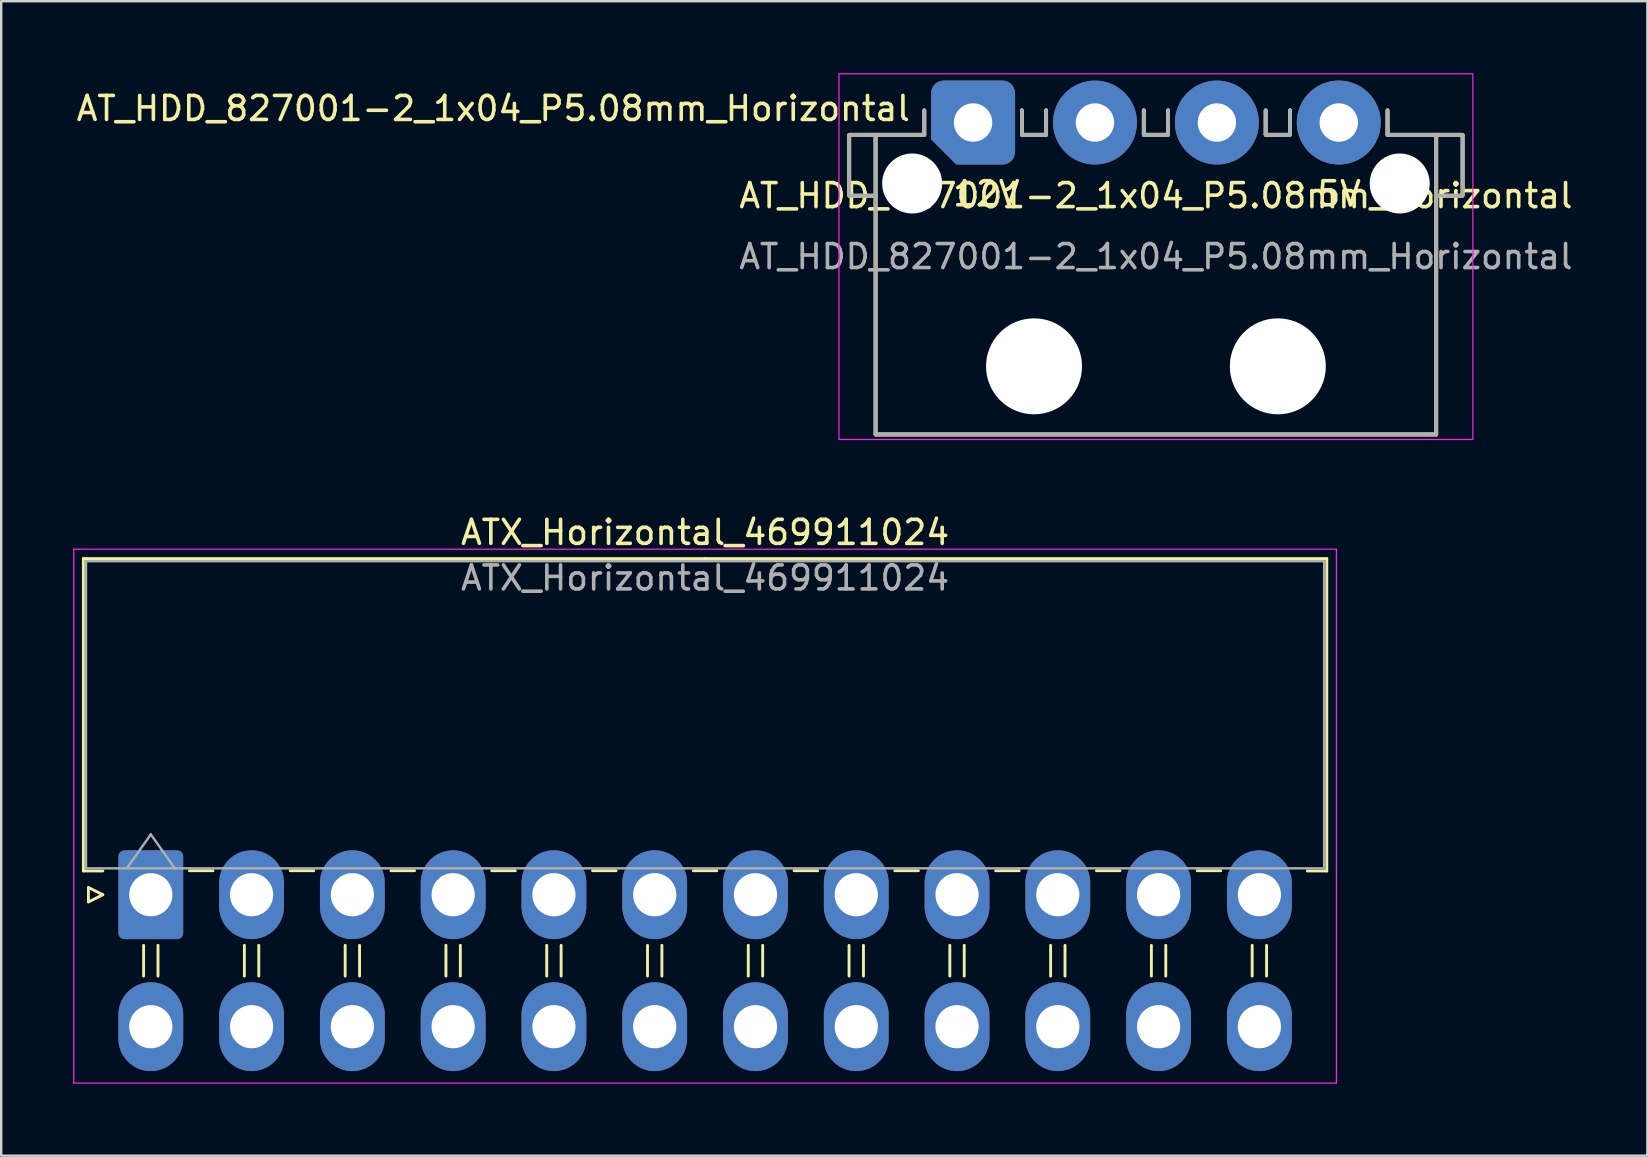
<source format=kicad_pcb>
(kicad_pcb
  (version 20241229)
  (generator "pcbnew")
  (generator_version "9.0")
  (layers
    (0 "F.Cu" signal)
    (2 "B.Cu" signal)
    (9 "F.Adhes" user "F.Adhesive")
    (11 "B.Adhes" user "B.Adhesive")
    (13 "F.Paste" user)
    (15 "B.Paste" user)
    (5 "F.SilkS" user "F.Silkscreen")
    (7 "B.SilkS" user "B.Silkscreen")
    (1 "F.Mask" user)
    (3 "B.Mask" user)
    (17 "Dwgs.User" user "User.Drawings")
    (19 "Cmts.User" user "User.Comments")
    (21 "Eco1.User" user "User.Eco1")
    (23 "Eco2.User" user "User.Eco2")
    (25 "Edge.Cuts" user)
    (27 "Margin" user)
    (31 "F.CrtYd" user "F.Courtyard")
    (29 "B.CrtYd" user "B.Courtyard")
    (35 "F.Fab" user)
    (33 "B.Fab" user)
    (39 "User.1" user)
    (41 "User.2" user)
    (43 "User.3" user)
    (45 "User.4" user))
  (footprint "ATX_Horizontal_469911024"
    (layer "F.Cu")
    (at 3.235 34.238)
    (property "Reference" "ATX_Horizontal_469911024" (at 23.1 -15.1 0) (layer "F.SilkS") (effects (font (size 1 1) (thickness 0.15))))
    (attr through_hole)
    (fp_line (start -2.81 -14.01) (end 23.1 -14.01) (stroke (width 0.12) (type solid)) (layer "F.SilkS"))
    (fp_line (start -2.81 -0.99) (end -2.81 -14.01) (stroke (width 0.12) (type solid)) (layer "F.SilkS"))
    (fp_line (start -2.6 -0.3) (end -2 0) (stroke (width 0.12) (type solid)) (layer "F.SilkS"))
    (fp_line (start -2.6 0.3) (end -2.6 -0.3) (stroke (width 0.12) (type solid)) (layer "F.SilkS"))
    (fp_line (start -2 -0.99) (end -2.81 -0.99) (stroke (width 0.12) (type solid)) (layer "F.SilkS"))
    (fp_line (start -2 0) (end -2.6 0.3) (stroke (width 0.12) (type solid)) (layer "F.SilkS"))
    (fp_line (start -0.3 2.11) (end -0.3 3.39) (stroke (width 0.12) (type solid)) (layer "F.SilkS"))
    (fp_line (start 0.3 2.11) (end 0.3 3.39) (stroke (width 0.12) (type solid)) (layer "F.SilkS"))
    (fp_line (start 1.61 -1) (end 2.59 -1) (stroke (width 0.12) (type solid)) (layer "F.SilkS"))
    (fp_line (start 3.9 2.11) (end 3.9 3.39) (stroke (width 0.12) (type solid)) (layer "F.SilkS"))
    (fp_line (start 4.5 2.11) (end 4.5 3.39) (stroke (width 0.12) (type solid)) (layer "F.SilkS"))
    (fp_line (start 5.81 -1) (end 6.79 -1) (stroke (width 0.12) (type solid)) (layer "F.SilkS"))
    (fp_line (start 8.1 2.11) (end 8.1 3.39) (stroke (width 0.12) (type solid)) (layer "F.SilkS"))
    (fp_line (start 8.7 2.11) (end 8.7 3.39) (stroke (width 0.12) (type solid)) (layer "F.SilkS"))
    (fp_line (start 10.01 -1) (end 10.99 -1) (stroke (width 0.12) (type solid)) (layer "F.SilkS"))
    (fp_line (start 12.3 2.11) (end 12.3 3.39) (stroke (width 0.12) (type solid)) (layer "F.SilkS"))
    (fp_line (start 12.9 2.11) (end 12.9 3.39) (stroke (width 0.12) (type solid)) (layer "F.SilkS"))
    (fp_line (start 14.21 -1) (end 15.19 -1) (stroke (width 0.12) (type solid)) (layer "F.SilkS"))
    (fp_line (start 16.5 2.11) (end 16.5 3.39) (stroke (width 0.12) (type solid)) (layer "F.SilkS"))
    (fp_line (start 17.1 2.11) (end 17.1 3.39) (stroke (width 0.12) (type solid)) (layer "F.SilkS"))
    (fp_line (start 18.41 -1) (end 19.39 -1) (stroke (width 0.12) (type solid)) (layer "F.SilkS"))
    (fp_line (start 20.7 2.11) (end 20.7 3.39) (stroke (width 0.12) (type solid)) (layer "F.SilkS"))
    (fp_line (start 21.3 2.11) (end 21.3 3.39) (stroke (width 0.12) (type solid)) (layer "F.SilkS"))
    (fp_line (start 22.61 -1) (end 23.59 -1) (stroke (width 0.12) (type solid)) (layer "F.SilkS"))
    (fp_line (start 24.9 2.11) (end 24.9 3.39) (stroke (width 0.12) (type solid)) (layer "F.SilkS"))
    (fp_line (start 25.5 2.11) (end 25.5 3.39) (stroke (width 0.12) (type solid)) (layer "F.SilkS"))
    (fp_line (start 26.81 -1) (end 27.79 -1) (stroke (width 0.12) (type solid)) (layer "F.SilkS"))
    (fp_line (start 29.1 2.11) (end 29.1 3.39) (stroke (width 0.12) (type solid)) (layer "F.SilkS"))
    (fp_line (start 29.7 2.11) (end 29.7 3.39) (stroke (width 0.12) (type solid)) (layer "F.SilkS"))
    (fp_line (start 31.01 -1) (end 31.99 -1) (stroke (width 0.12) (type solid)) (layer "F.SilkS"))
    (fp_line (start 33.3 2.11) (end 33.3 3.39) (stroke (width 0.12) (type solid)) (layer "F.SilkS"))
    (fp_line (start 33.9 2.11) (end 33.9 3.39) (stroke (width 0.12) (type solid)) (layer "F.SilkS"))
    (fp_line (start 35.21 -1) (end 36.19 -1) (stroke (width 0.12) (type solid)) (layer "F.SilkS"))
    (fp_line (start 37.5 2.11) (end 37.5 3.39) (stroke (width 0.12) (type solid)) (layer "F.SilkS"))
    (fp_line (start 38.1 2.11) (end 38.1 3.39) (stroke (width 0.12) (type solid)) (layer "F.SilkS"))
    (fp_line (start 39.41 -1) (end 40.39 -1) (stroke (width 0.12) (type solid)) (layer "F.SilkS"))
    (fp_line (start 41.7 2.11) (end 41.7 3.39) (stroke (width 0.12) (type solid)) (layer "F.SilkS"))
    (fp_line (start 42.3 2.11) (end 42.3 3.39) (stroke (width 0.12) (type solid)) (layer "F.SilkS"))
    (fp_line (start 43.61 -1) (end 44.59 -1) (stroke (width 0.12) (type solid)) (layer "F.SilkS"))
    (fp_line (start 45.9 2.11) (end 45.9 3.39) (stroke (width 0.12) (type solid)) (layer "F.SilkS"))
    (fp_line (start 46.5 2.11) (end 46.5 3.39) (stroke (width 0.12) (type solid)) (layer "F.SilkS"))
    (fp_line (start 48.2 -0.99) (end 49.01 -0.99) (stroke (width 0.12) (type solid)) (layer "F.SilkS"))
    (fp_line (start 49.01 -14.01) (end 23.1 -14.01) (stroke (width 0.12) (type solid)) (layer "F.SilkS"))
    (fp_line (start 49.01 -0.99) (end 49.01 -14.01) (stroke (width 0.12) (type solid)) (layer "F.SilkS"))
    (fp_line (start -3.21 -14.4) (end -3.21 7.85) (stroke (width 0.05) (type solid)) (layer "F.CrtYd"))
    (fp_line (start -3.21 7.85) (end 49.41 7.85) (stroke (width 0.05) (type solid)) (layer "F.CrtYd"))
    (fp_line (start 49.41 -14.4) (end -3.21 -14.4) (stroke (width 0.05) (type solid)) (layer "F.CrtYd"))
    (fp_line (start 49.41 7.85) (end 49.41 -14.4) (stroke (width 0.05) (type solid)) (layer "F.CrtYd"))
    (fp_line (start -2.7 -13.9) (end -2.7 -1.1) (stroke (width 0.1) (type solid)) (layer "F.Fab"))
    (fp_line (start -2.7 -1.1) (end 48.9 -1.1) (stroke (width 0.1) (type solid)) (layer "F.Fab"))
    (fp_line (start -1 -1.1) (end 0 -2.514) (stroke (width 0.1) (type solid)) (layer "F.Fab"))
    (fp_line (start 0 -2.514) (end 1 -1.1) (stroke (width 0.1) (type solid)) (layer "F.Fab"))
    (fp_line (start 48.9 -13.9) (end -2.7 -13.9) (stroke (width 0.1) (type solid)) (layer "F.Fab"))
    (fp_line (start 48.9 -1.1) (end 48.9 -13.9) (stroke (width 0.1) (type solid)) (layer "F.Fab"))
    (fp_text user "${REFERENCE}" (at 23.1 -13.2 0) (layer "F.Fab") (effects (font (size 1 1) (thickness 0.15))))
    (pad "1" thru_hole roundrect (at 0 0) (size 2.7 3.7) (drill 1.8) (layers "*.Cu" "*.Mask") (roundrect_rratio 0.093))
    (pad "2" thru_hole oval (at 4.2 0) (size 2.7 3.7) (drill 1.8) (layers "*.Cu" "*.Mask"))
    (pad "3" thru_hole oval (at 8.4 0) (size 2.7 3.7) (drill 1.8) (layers "*.Cu" "*.Mask"))
    (pad "4" thru_hole oval (at 12.6 0) (size 2.7 3.7) (drill 1.8) (layers "*.Cu" "*.Mask"))
    (pad "5" thru_hole oval (at 16.8 0) (size 2.7 3.7) (drill 1.8) (layers "*.Cu" "*.Mask"))
    (pad "6" thru_hole oval (at 21 0) (size 2.7 3.7) (drill 1.8) (layers "*.Cu" "*.Mask"))
    (pad "7" thru_hole oval (at 25.2 0) (size 2.7 3.7) (drill 1.8) (layers "*.Cu" "*.Mask"))
    (pad "8" thru_hole oval (at 29.4 0) (size 2.7 3.7) (drill 1.8) (layers "*.Cu" "*.Mask"))
    (pad "9" thru_hole oval (at 33.6 0) (size 2.7 3.7) (drill 1.8) (layers "*.Cu" "*.Mask"))
    (pad "10" thru_hole oval (at 37.8 0) (size 2.7 3.7) (drill 1.8) (layers "*.Cu" "*.Mask"))
    (pad "11" thru_hole oval (at 42 0) (size 2.7 3.7) (drill 1.8) (layers "*.Cu" "*.Mask"))
    (pad "12" thru_hole oval (at 46.2 0) (size 2.7 3.7) (drill 1.8) (layers "*.Cu" "*.Mask"))
    (pad "13" thru_hole oval (at 0 5.5) (size 2.7 3.7) (drill 1.8) (layers "*.Cu" "*.Mask"))
    (pad "14" thru_hole oval (at 4.2 5.5) (size 2.7 3.7) (drill 1.8) (layers "*.Cu" "*.Mask"))
    (pad "15" thru_hole oval (at 8.4 5.5) (size 2.7 3.7) (drill 1.8) (layers "*.Cu" "*.Mask"))
    (pad "16" thru_hole oval (at 12.6 5.5) (size 2.7 3.7) (drill 1.8) (layers "*.Cu" "*.Mask"))
    (pad "17" thru_hole oval (at 16.8 5.5) (size 2.7 3.7) (drill 1.8) (layers "*.Cu" "*.Mask"))
    (pad "18" thru_hole oval (at 21 5.5) (size 2.7 3.7) (drill 1.8) (layers "*.Cu" "*.Mask"))
    (pad "19" thru_hole oval (at 25.2 5.5) (size 2.7 3.7) (drill 1.8) (layers "*.Cu" "*.Mask"))
    (pad "20" thru_hole oval (at 29.4 5.5) (size 2.7 3.7) (drill 1.8) (layers "*.Cu" "*.Mask"))
    (pad "21" thru_hole oval (at 33.6 5.5) (size 2.7 3.7) (drill 1.8) (layers "*.Cu" "*.Mask"))
    (pad "22" thru_hole oval (at 37.8 5.5) (size 2.7 3.7) (drill 1.8) (layers "*.Cu" "*.Mask"))
    (pad "23" thru_hole oval (at 42 5.5) (size 2.7 3.7) (drill 1.8) (layers "*.Cu" "*.Mask"))
    (pad "24" thru_hole oval (at 46.2 5.5) (size 2.7 3.7) (drill 1.8) (layers "*.Cu" "*.Mask")))
  (footprint "AT_HDD_827001-2_1x04_P5.08mm_Horizontal"
    (layer "F.Cu")
    (at 37.504 2.057)
    (property "Reference" "AT_HDD_827001-2_1x04_P5.08mm_Horizontal" (at -2.54 0 0) (layer "F.SilkS") (effects (font (size 1 1) (thickness 0.15)) (justify right bottom)))
    (attr through_hole)
    (fp_line (start -4.064 0.508) (end -2.032 0.508) (stroke (width 0.15) (type default)) (layer "F.SilkS"))
    (fp_line (start -4.064 0.508) (end -2.032 0.508) (stroke (width 0.15) (type default)) (layer "F.SilkS"))
    (fp_line (start -4.064 13) (end -4.064 3.048) (stroke (width 0.15) (type default)) (layer "F.SilkS"))
    (fp_line (start -4.064 13) (end -4.064 3.048) (stroke (width 0.15) (type default)) (layer "F.SilkS"))
    (fp_line (start -2.032 0.508) (end -2.032 -0.508) (stroke (width 0.15) (type default)) (layer "F.SilkS"))
    (fp_line (start -2.032 0.508) (end -2.032 -0.508) (stroke (width 0.15) (type default)) (layer "F.SilkS"))
    (fp_line (start 2.032 0.508) (end 2.032 -0.508) (stroke (width 0.15) (type default)) (layer "F.SilkS"))
    (fp_line (start 2.032 0.508) (end 2.032 -0.508) (stroke (width 0.15) (type default)) (layer "F.SilkS"))
    (fp_line (start 2.032 0.508) (end 3.048 0.508) (stroke (width 0.15) (type default)) (layer "F.SilkS"))
    (fp_line (start 2.032 0.508) (end 3.048 0.508) (stroke (width 0.15) (type default)) (layer "F.SilkS"))
    (fp_line (start 3.048 0.508) (end 3.048 -0.508) (stroke (width 0.15) (type default)) (layer "F.SilkS"))
    (fp_line (start 3.048 0.508) (end 3.048 -0.508) (stroke (width 0.15) (type default)) (layer "F.SilkS"))
    (fp_line (start 7.112 0.508) (end 7.112 -0.508) (stroke (width 0.15) (type default)) (layer "F.SilkS"))
    (fp_line (start 7.112 0.508) (end 7.112 -0.508) (stroke (width 0.15) (type default)) (layer "F.SilkS"))
    (fp_line (start 7.112 0.508) (end 8.128 0.508) (stroke (width 0.15) (type default)) (layer "F.SilkS"))
    (fp_line (start 7.112 0.508) (end 8.128 0.508) (stroke (width 0.15) (type default)) (layer "F.SilkS"))
    (fp_line (start 8.128 0.508) (end 8.128 -0.508) (stroke (width 0.15) (type default)) (layer "F.SilkS"))
    (fp_line (start 8.128 0.508) (end 8.128 -0.508) (stroke (width 0.15) (type default)) (layer "F.SilkS"))
    (fp_line (start 12.192 0.508) (end 12.192 -0.508) (stroke (width 0.15) (type default)) (layer "F.SilkS"))
    (fp_line (start 12.192 0.508) (end 12.192 -0.508) (stroke (width 0.15) (type default)) (layer "F.SilkS"))
    (fp_line (start 12.192 0.508) (end 13.208 0.508) (stroke (width 0.15) (type default)) (layer "F.SilkS"))
    (fp_line (start 12.192 0.508) (end 13.208 0.508) (stroke (width 0.15) (type default)) (layer "F.SilkS"))
    (fp_line (start 13.208 0.508) (end 13.208 -0.508) (stroke (width 0.15) (type default)) (layer "F.SilkS"))
    (fp_line (start 13.208 0.508) (end 13.208 -0.508) (stroke (width 0.15) (type default)) (layer "F.SilkS"))
    (fp_line (start 17.272 0.508) (end 17.272 -0.508) (stroke (width 0.15) (type default)) (layer "F.SilkS"))
    (fp_line (start 17.272 0.508) (end 17.272 -0.508) (stroke (width 0.15) (type default)) (layer "F.SilkS"))
    (fp_line (start 17.272 0.508) (end 19.304 0.508) (stroke (width 0.15) (type default)) (layer "F.SilkS"))
    (fp_line (start 17.272 0.508) (end 19.304 0.508) (stroke (width 0.15) (type default)) (layer "F.SilkS"))
    (fp_line (start 19.304 3.048) (end 19.304 13) (stroke (width 0.15) (type default)) (layer "F.SilkS"))
    (fp_line (start 19.304 3.048) (end 19.304 13) (stroke (width 0.15) (type default)) (layer "F.SilkS"))
    (fp_line (start 19.304 13) (end -4.064 13) (stroke (width 0.15) (type default)) (layer "F.SilkS"))
    (fp_line (start 19.304 13) (end -4.064 13) (stroke (width 0.15) (type default)) (layer "F.SilkS"))
    (fp_rect (start -5.16 0.508) (end -4.064 3.048) (stroke (width 0.15) (type solid)) (fill no) (layer "F.SilkS"))
    (fp_rect (start -5.16 0.508) (end -4.064 3.048) (stroke (width 0.15) (type solid)) (fill no) (layer "F.SilkS"))
    (fp_rect (start 19.304 0.508) (end 20.4 3.048) (stroke (width 0.15) (type solid)) (fill no) (layer "F.SilkS"))
    (fp_rect (start 19.304 0.508) (end 20.4 3.048) (stroke (width 0.15) (type solid)) (fill no) (layer "F.SilkS"))
    (fp_rect (start -5.588 -2.032) (end 20.828 13.208) (stroke (width 0.05) (type default)) (fill no) (layer "F.CrtYd"))
    (fp_line (start -4.064 0.508) (end -2.032 0.508) (stroke (width 0.15) (type default)) (layer "F.Fab"))
    (fp_line (start -4.064 0.508) (end -2.032 0.508) (stroke (width 0.15) (type default)) (layer "F.Fab"))
    (fp_line (start -4.064 13) (end -4.064 3.048) (stroke (width 0.15) (type default)) (layer "F.Fab"))
    (fp_line (start -4.064 13) (end -4.064 3.048) (stroke (width 0.15) (type default)) (layer "F.Fab"))
    (fp_line (start -2.032 0.508) (end -2.032 -0.508) (stroke (width 0.15) (type default)) (layer "F.Fab"))
    (fp_line (start -2.032 0.508) (end -2.032 -0.508) (stroke (width 0.15) (type default)) (layer "F.Fab"))
    (fp_line (start 2.032 0.508) (end 2.032 -0.508) (stroke (width 0.15) (type default)) (layer "F.Fab"))
    (fp_line (start 2.032 0.508) (end 2.032 -0.508) (stroke (width 0.15) (type default)) (layer "F.Fab"))
    (fp_line (start 2.032 0.508) (end 3.048 0.508) (stroke (width 0.15) (type default)) (layer "F.Fab"))
    (fp_line (start 2.032 0.508) (end 3.048 0.508) (stroke (width 0.15) (type default)) (layer "F.Fab"))
    (fp_line (start 3.048 0.508) (end 3.048 -0.508) (stroke (width 0.15) (type default)) (layer "F.Fab"))
    (fp_line (start 3.048 0.508) (end 3.048 -0.508) (stroke (width 0.15) (type default)) (layer "F.Fab"))
    (fp_line (start 7.112 0.508) (end 7.112 -0.508) (stroke (width 0.15) (type default)) (layer "F.Fab"))
    (fp_line (start 7.112 0.508) (end 7.112 -0.508) (stroke (width 0.15) (type default)) (layer "F.Fab"))
    (fp_line (start 7.112 0.508) (end 8.128 0.508) (stroke (width 0.15) (type default)) (layer "F.Fab"))
    (fp_line (start 7.112 0.508) (end 8.128 0.508) (stroke (width 0.15) (type default)) (layer "F.Fab"))
    (fp_line (start 8.128 0.508) (end 8.128 -0.508) (stroke (width 0.15) (type default)) (layer "F.Fab"))
    (fp_line (start 8.128 0.508) (end 8.128 -0.508) (stroke (width 0.15) (type default)) (layer "F.Fab"))
    (fp_line (start 12.192 0.508) (end 12.192 -0.508) (stroke (width 0.15) (type default)) (layer "F.Fab"))
    (fp_line (start 12.192 0.508) (end 12.192 -0.508) (stroke (width 0.15) (type default)) (layer "F.Fab"))
    (fp_line (start 12.192 0.508) (end 13.208 0.508) (stroke (width 0.15) (type default)) (layer "F.Fab"))
    (fp_line (start 12.192 0.508) (end 13.208 0.508) (stroke (width 0.15) (type default)) (layer "F.Fab"))
    (fp_line (start 13.208 0.508) (end 13.208 -0.508) (stroke (width 0.15) (type default)) (layer "F.Fab"))
    (fp_line (start 13.208 0.508) (end 13.208 -0.508) (stroke (width 0.15) (type default)) (layer "F.Fab"))
    (fp_line (start 17.272 0.508) (end 17.272 -0.508) (stroke (width 0.15) (type default)) (layer "F.Fab"))
    (fp_line (start 17.272 0.508) (end 17.272 -0.508) (stroke (width 0.15) (type default)) (layer "F.Fab"))
    (fp_line (start 17.272 0.508) (end 19.304 0.508) (stroke (width 0.15) (type default)) (layer "F.Fab"))
    (fp_line (start 17.272 0.508) (end 19.304 0.508) (stroke (width 0.15) (type default)) (layer "F.Fab"))
    (fp_line (start 19.304 3.048) (end 19.304 13) (stroke (width 0.15) (type default)) (layer "F.Fab"))
    (fp_line (start 19.304 3.048) (end 19.304 13) (stroke (width 0.15) (type default)) (layer "F.Fab"))
    (fp_line (start 19.304 13) (end -4.064 13) (stroke (width 0.15) (type default)) (layer "F.Fab"))
    (fp_line (start 19.304 13) (end -4.064 13) (stroke (width 0.15) (type default)) (layer "F.Fab"))
    (fp_rect (start -5.16 0.508) (end -4.064 3.048) (stroke (width 0.15) (type solid)) (fill no) (layer "F.Fab"))
    (fp_rect (start -5.16 0.508) (end -4.064 3.048) (stroke (width 0.15) (type solid)) (fill no) (layer "F.Fab"))
    (fp_rect (start 19.304 0.508) (end 20.4 3.048) (stroke (width 0.15) (type solid)) (fill no) (layer "F.Fab"))
    (fp_rect (start 19.304 0.508) (end 20.4 3.048) (stroke (width 0.15) (type solid)) (fill no) (layer "F.Fab"))
    (fp_text user "12V" (at 2.032 3.556 0) (unlocked yes) (layer "F.SilkS") (effects (font (size 1 1) (thickness 0.15)) (justify right bottom)))
    (fp_text user "5V" (at 16.256 3.556 0) (unlocked yes) (layer "F.SilkS") (effects (font (size 1 1) (thickness 0.15)) (justify right bottom)))
    (fp_text user "${REFERENCE}" (at 7.62 3.048 0) (layer "F.SilkS") (effects (font (size 1 1) (thickness 0.15))))
    (fp_text user "${REFERENCE}" (at 7.62 5.588 0) (layer "F.Fab") (effects (font (size 1 1) (thickness 0.15))))
    (pad "" np_thru_hole circle (at -2.54 2.54) (size 2.5 2.5) (drill 2.5) (layers "*.Cu" "*.Mask"))
    (pad "" np_thru_hole circle (at 2.54 10.16) (size 4 4) (drill 4) (layers "*.Cu" "*.Mask"))
    (pad "" np_thru_hole circle (at 12.7 10.16) (size 4 4) (drill 4) (layers "*.Cu" "*.Mask"))
    (pad "" np_thru_hole circle (at 17.78 2.54) (size 2.5 2.5) (drill 2.5) (layers "*.Cu" "*.Mask"))
    (pad "1" thru_hole roundrect (at 0 0) (size 3.5 3.5) (drill 1.6) (layers "*.Cu" "*.Mask") (roundrect_rratio 0.15) (chamfer_ratio 0.3) (chamfer bottom_left))
    (pad "2" thru_hole circle (at 5.08 0) (size 3.5 3.5) (drill 1.6) (layers "*.Cu" "*.Mask"))
    (pad "3" thru_hole circle (at 10.16 0) (size 3.5 3.5) (drill 1.6) (layers "*.Cu" "*.Mask"))
    (pad "4" thru_hole circle (at 15.24 0) (size 3.5 3.5) (drill 1.6) (layers "*.Cu" "*.Mask")))
  (gr_rect
    (start -3 -3)
    (end 65.606 45.113)
    (stroke (width 0.1) (type default))
    (fill no)
    (layer "Edge.Cuts")))
</source>
